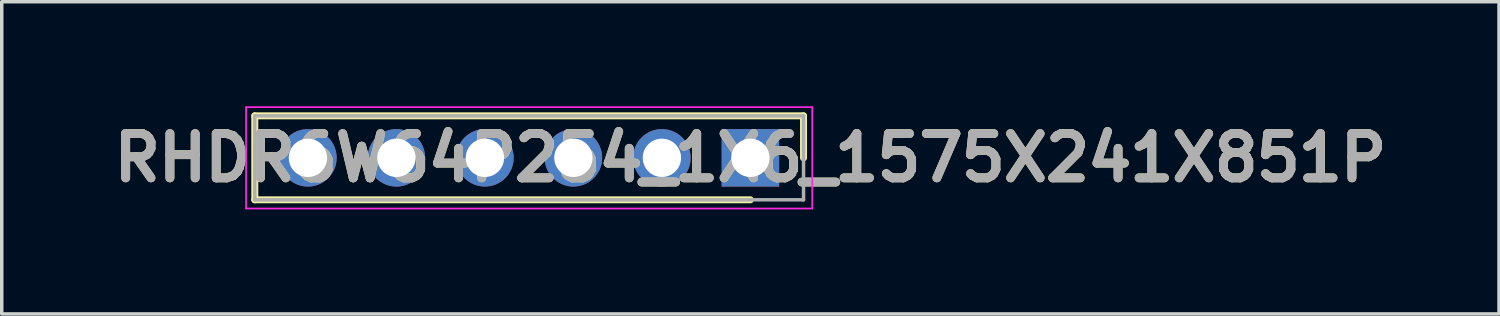
<source format=kicad_pcb>
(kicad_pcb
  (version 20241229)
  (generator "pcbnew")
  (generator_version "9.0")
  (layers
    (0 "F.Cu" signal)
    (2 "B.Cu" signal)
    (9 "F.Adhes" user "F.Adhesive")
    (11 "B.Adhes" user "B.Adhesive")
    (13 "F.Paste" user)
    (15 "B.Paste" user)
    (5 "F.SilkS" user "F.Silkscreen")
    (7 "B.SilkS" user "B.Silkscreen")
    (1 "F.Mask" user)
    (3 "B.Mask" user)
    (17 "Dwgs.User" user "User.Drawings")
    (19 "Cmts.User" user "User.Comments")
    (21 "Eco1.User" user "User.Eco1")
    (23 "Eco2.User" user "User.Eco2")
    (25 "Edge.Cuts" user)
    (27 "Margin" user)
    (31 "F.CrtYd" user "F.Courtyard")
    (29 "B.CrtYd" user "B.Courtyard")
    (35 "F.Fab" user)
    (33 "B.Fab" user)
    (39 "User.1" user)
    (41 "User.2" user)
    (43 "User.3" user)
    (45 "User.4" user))
  (footprint "RHDR6W64P254_1X6_1575X241X851P"
    (layer "F.Cu")
    (at 18.488 1.48)
    (property "Reference" "RHDR6W64P254_1X6_1575X241X851P" (at 0 0 0) (layer "F.SilkS") (effects (font (size 1.27 1.27) (thickness 0.254))))
    (attr through_hole)
    (fp_line (start -14.225 -1.205) (end 1.525 -1.205) (stroke (width 0.2) (type solid)) (layer "F.SilkS"))
    (fp_line (start -14.225 1.205) (end -14.225 -1.205) (stroke (width 0.2) (type solid)) (layer "F.SilkS"))
    (fp_line (start 0 1.205) (end -14.225 1.205) (stroke (width 0.2) (type solid)) (layer "F.SilkS"))
    (fp_line (start 1.525 -1.205) (end 1.525 0) (stroke (width 0.2) (type solid)) (layer "F.SilkS"))
    (fp_line (start -14.475 -1.455) (end 1.775 -1.455) (stroke (width 0.05) (type solid)) (layer "F.CrtYd"))
    (fp_line (start -14.475 1.455) (end -14.475 -1.455) (stroke (width 0.05) (type solid)) (layer "F.CrtYd"))
    (fp_line (start 1.775 -1.455) (end 1.775 1.455) (stroke (width 0.05) (type solid)) (layer "F.CrtYd"))
    (fp_line (start 1.775 1.455) (end -14.475 1.455) (stroke (width 0.05) (type solid)) (layer "F.CrtYd"))
    (fp_line (start -14.225 -1.205) (end 1.525 -1.205) (stroke (width 0.1) (type solid)) (layer "F.Fab"))
    (fp_line (start -14.225 1.205) (end -14.225 -1.205) (stroke (width 0.1) (type solid)) (layer "F.Fab"))
    (fp_line (start 1.525 -1.205) (end 1.525 1.205) (stroke (width 0.1) (type solid)) (layer "F.Fab"))
    (fp_line (start 1.525 1.205) (end -14.225 1.205) (stroke (width 0.1) (type solid)) (layer "F.Fab"))
    (fp_text user "${REFERENCE}" (at 0 0 0) (layer "F.Fab") (effects (font (size 1.27 1.27) (thickness 0.254))))
    (pad "1" thru_hole rect (at 0 0) (size 1.65 1.65) (drill 1.1) (layers "*.Cu" "*.Mask"))
    (pad "2" thru_hole circle (at -2.54 0) (size 1.65 1.65) (drill 1.1) (layers "*.Cu" "*.Mask"))
    (pad "3" thru_hole circle (at -5.08 0) (size 1.65 1.65) (drill 1.1) (layers "*.Cu" "*.Mask"))
    (pad "4" thru_hole circle (at -7.62 0) (size 1.65 1.65) (drill 1.1) (layers "*.Cu" "*.Mask"))
    (pad "5" thru_hole circle (at -10.16 0) (size 1.65 1.65) (drill 1.1) (layers "*.Cu" "*.Mask"))
    (pad "6" thru_hole circle (at -12.7 0) (size 1.65 1.65) (drill 1.1) (layers "*.Cu" "*.Mask")))
  (gr_rect
    (start -3 -3)
    (end 39.975 5.96)
    (stroke (width 0.1) (type default))
    (fill no)
    (layer "Edge.Cuts")))
</source>
